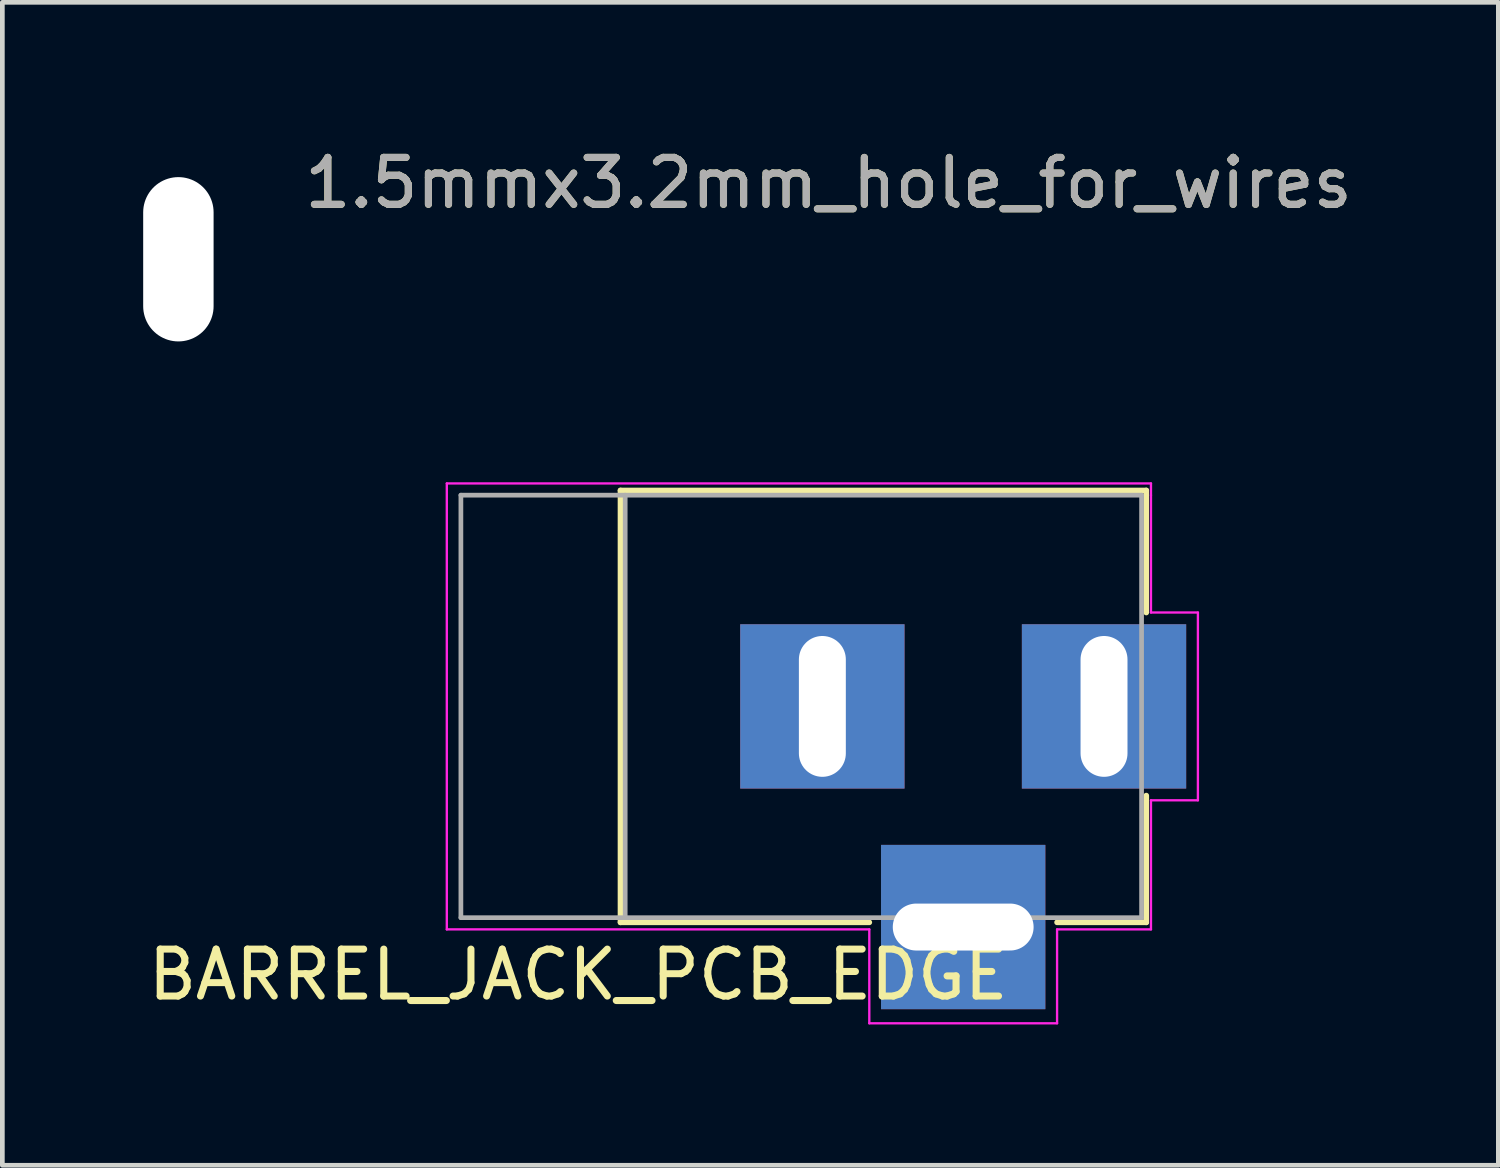
<source format=kicad_pcb>
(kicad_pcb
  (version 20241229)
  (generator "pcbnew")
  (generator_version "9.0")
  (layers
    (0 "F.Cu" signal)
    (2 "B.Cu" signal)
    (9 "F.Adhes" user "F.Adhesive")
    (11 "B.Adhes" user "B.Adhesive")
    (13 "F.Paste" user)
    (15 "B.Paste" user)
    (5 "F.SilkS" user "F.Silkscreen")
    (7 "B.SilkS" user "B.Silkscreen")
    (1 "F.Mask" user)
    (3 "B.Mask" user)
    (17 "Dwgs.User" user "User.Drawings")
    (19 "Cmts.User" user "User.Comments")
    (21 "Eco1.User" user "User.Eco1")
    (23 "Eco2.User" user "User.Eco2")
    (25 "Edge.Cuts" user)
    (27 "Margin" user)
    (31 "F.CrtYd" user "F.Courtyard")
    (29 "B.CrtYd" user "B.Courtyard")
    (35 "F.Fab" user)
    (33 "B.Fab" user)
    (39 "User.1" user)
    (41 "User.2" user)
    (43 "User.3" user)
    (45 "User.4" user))
  (footprint "BARREL_JACK_PCB_EDGE"
    (layer "F.Cu")
    (at 20.468 11.998)
    (property "Reference" "BARREL_JACK_PCB_EDGE" (at -11.2 5.715 180) (layer "F.SilkS") (effects (font (size 1 1) (thickness 0.15))))
    (attr through_hole)
    (fp_line (start -10.3 -4.6) (end 0.9 -4.6) (stroke (width 0.12) (type solid)) (layer "F.SilkS"))
    (fp_line (start -10.3 4.6) (end -10.3 -4.6) (stroke (width 0.12) (type solid)) (layer "F.SilkS"))
    (fp_line (start -5 4.6) (end -10.3 4.6) (stroke (width 0.12) (type solid)) (layer "F.SilkS"))
    (fp_line (start 0.9 -4.6) (end 0.9 -2) (stroke (width 0.12) (type solid)) (layer "F.SilkS"))
    (fp_line (start 0.9 1.9) (end 0.9 4.6) (stroke (width 0.12) (type solid)) (layer "F.SilkS"))
    (fp_line (start 0.9 4.6) (end -1 4.6) (stroke (width 0.12) (type solid)) (layer "F.SilkS"))
    (fp_line (start -14 4.75) (end -14 -4.75) (stroke (width 0.05) (type solid)) (layer "F.CrtYd"))
    (fp_line (start -5 4.75) (end -14 4.75) (stroke (width 0.05) (type solid)) (layer "F.CrtYd"))
    (fp_line (start -5 6.75) (end -5 4.75) (stroke (width 0.05) (type solid)) (layer "F.CrtYd"))
    (fp_line (start -1 4.75) (end -1 6.75) (stroke (width 0.05) (type solid)) (layer "F.CrtYd"))
    (fp_line (start -1 6.75) (end -5 6.75) (stroke (width 0.05) (type solid)) (layer "F.CrtYd"))
    (fp_line (start 1 -4.75) (end -14 -4.75) (stroke (width 0.05) (type solid)) (layer "F.CrtYd"))
    (fp_line (start 1 -4.5) (end 1 -4.75) (stroke (width 0.05) (type solid)) (layer "F.CrtYd"))
    (fp_line (start 1 -4.5) (end 1 -2) (stroke (width 0.05) (type solid)) (layer "F.CrtYd"))
    (fp_line (start 1 -2) (end 2 -2) (stroke (width 0.05) (type solid)) (layer "F.CrtYd"))
    (fp_line (start 1 2) (end 1 4.75) (stroke (width 0.05) (type solid)) (layer "F.CrtYd"))
    (fp_line (start 1 4.75) (end -1 4.75) (stroke (width 0.05) (type solid)) (layer "F.CrtYd"))
    (fp_line (start 2 -2) (end 2 2) (stroke (width 0.05) (type solid)) (layer "F.CrtYd"))
    (fp_line (start 2 2) (end 1 2) (stroke (width 0.05) (type solid)) (layer "F.CrtYd"))
    (fp_line (start -13.7 -4.5) (end -13.7 4.5) (stroke (width 0.1) (type solid)) (layer "F.Fab"))
    (fp_line (start -13.7 4.5) (end 0.8 4.5) (stroke (width 0.1) (type solid)) (layer "F.Fab"))
    (fp_line (start -10.2 -4.5) (end -10.2 4.5) (stroke (width 0.1) (type solid)) (layer "F.Fab"))
    (fp_line (start 0.8 -4.5) (end -13.7 -4.5) (stroke (width 0.1) (type solid)) (layer "F.Fab"))
    (fp_line (start 0.8 4.5) (end 0.8 -4.5) (stroke (width 0.1) (type solid)) (layer "F.Fab"))
    (pad "1" thru_hole rect (at 0 0) (size 3.5 3.5) (drill oval 1 3) (layers "*.Cu" "*.Mask"))
    (pad "2" thru_hole rect (at -6 0) (size 3.5 3.5) (drill oval 1 3) (layers "*.Cu" "*.Mask"))
    (pad "3" thru_hole rect (at -3 4.7) (size 3.5 3.5) (drill oval 3 1) (layers "*.Cu" "*.Mask")))
  (footprint "1.5mmx3.2mm_hole_for_wires"
    (layer "F.Cu")
    (at 0.75 2.473)
    (property "Reference" "1.5mmx3.2mm_hole_for_wires" (at 13.85 -1.625 0) (layer "F.SilkS") (effects (font (size 1 1) (thickness 0.15))))
    (attr exclude_from_pos_files exclude_from_bom)
    (fp_text user "${REFERENCE}" (at 13.85 -1.625 0) (layer "F.Fab") (effects (font (size 1 1) (thickness 0.15))))
    (pad "" np_thru_hole oval (at 0 0) (size 1.5 3.5) (drill oval 1.5 3.5) (layers "*.Cu" "*.Mask")))
  (gr_rect
    (start -3 -3)
    (end 28.868 21.773)
    (stroke (width 0.1) (type default))
    (fill no)
    (layer "Edge.Cuts")))
</source>
